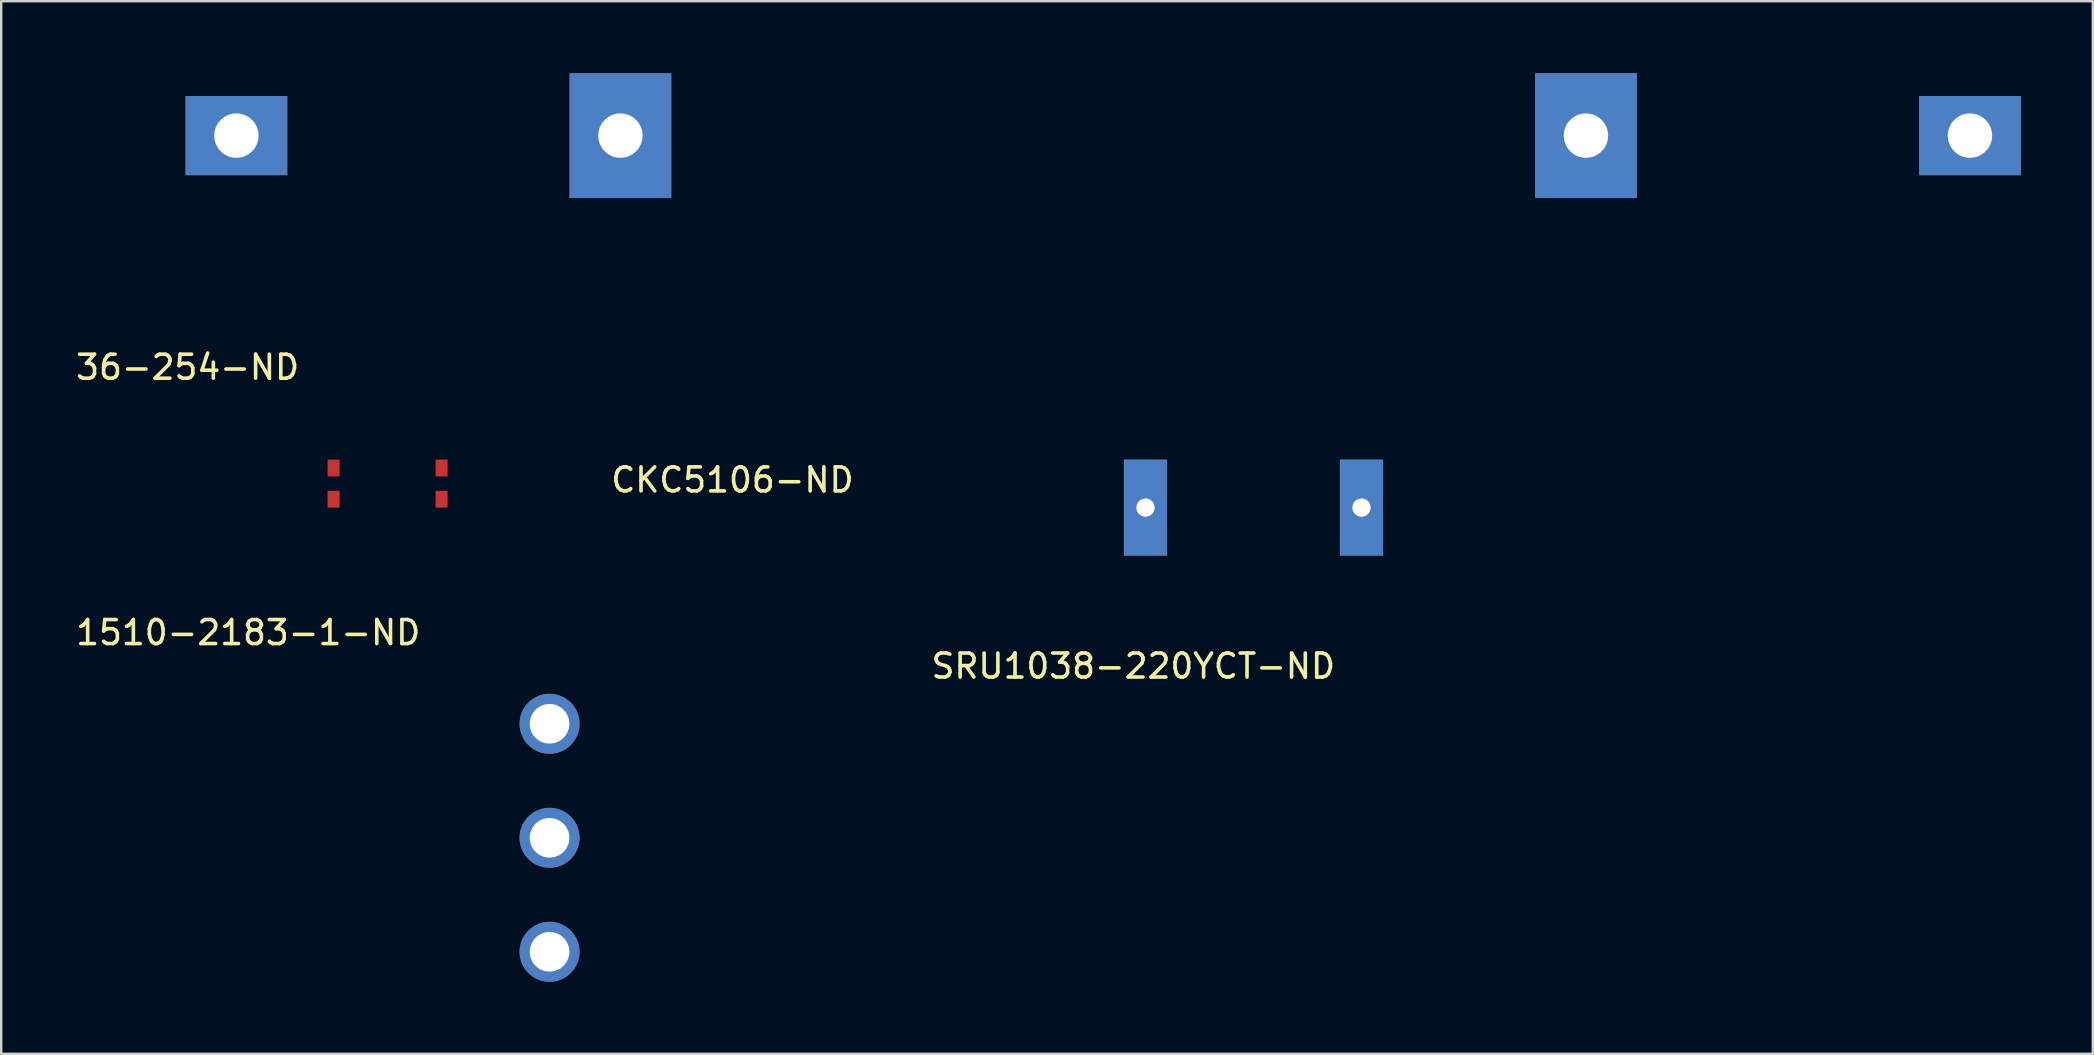
<source format=kicad_pcb>
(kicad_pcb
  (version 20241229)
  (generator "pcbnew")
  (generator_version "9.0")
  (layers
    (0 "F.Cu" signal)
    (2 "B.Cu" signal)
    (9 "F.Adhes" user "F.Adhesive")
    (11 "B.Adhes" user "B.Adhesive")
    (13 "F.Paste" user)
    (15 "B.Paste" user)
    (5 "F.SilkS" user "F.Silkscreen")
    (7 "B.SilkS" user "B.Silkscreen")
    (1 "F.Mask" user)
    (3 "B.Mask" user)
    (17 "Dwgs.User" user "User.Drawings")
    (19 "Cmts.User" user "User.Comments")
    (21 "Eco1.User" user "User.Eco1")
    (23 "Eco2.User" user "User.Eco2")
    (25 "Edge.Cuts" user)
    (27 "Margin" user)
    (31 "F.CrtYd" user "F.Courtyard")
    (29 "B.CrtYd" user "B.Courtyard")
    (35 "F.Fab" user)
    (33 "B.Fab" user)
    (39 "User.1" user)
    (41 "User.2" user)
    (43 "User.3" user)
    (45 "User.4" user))
  (footprint "36-254-ND"
    (layer "F.Cu")
    (at 6.8 2.6)
    (property "Reference" "36-254-ND" (at -2.032 9.652 0) (layer "F.SilkS") (effects (font (size 1 1) (thickness 0.15))))
    (attr through_hole)
    (pad "1" thru_hole rect (at 0 0) (size 4.24 3.3) (drill 1.85) (layers "*.Cu" "*.Mask"))
    (pad "1" thru_hole rect (at 16 0) (size 4.24 5.2) (drill 1.85) (layers "*.Cu" "*.Mask"))
    (pad "2" thru_hole rect (at 56.23 0) (size 4.24 5.2) (drill 1.85) (layers "*.Cu" "*.Mask"))
    (pad "2" thru_hole rect (at 72.23 0) (size 4.24 3.3) (drill 1.85) (layers "*.Cu" "*.Mask")))
  (footprint "1510-2183-1-ND"
    (layer "F.Cu")
    (at 10.848 16.45)
    (property "Reference" "1510-2183-1-ND" (at -3.556 6.858 0) (layer "F.SilkS") (effects (font (size 1 1) (thickness 0.15))))
    (attr through_hole)
    (pad "1" smd rect (at 0 0) (size 0.5 0.7) (layers "F.Cu" "F.Mask" "F.Paste"))
    (pad "1" smd rect (at 0 1.3) (size 0.5 0.7) (layers "F.Cu" "F.Mask" "F.Paste"))
    (pad "2" smd rect (at 4.5 0) (size 0.5 0.7) (layers "F.Cu" "F.Mask" "F.Paste"))
    (pad "2" smd rect (at 4.5 1.3) (size 0.5 0.7) (layers "F.Cu" "F.Mask" "F.Paste")))
  (footprint "CKC5106-ND"
    (layer "F.Cu")
    (at 19.848 27.108)
    (property "Reference" "CKC5106-ND" (at 7.62 -10.16 0) (layer "F.SilkS") (effects (font (size 1 1) (thickness 0.15))))
    (attr through_hole)
    (pad "1" thru_hole circle (at 0 0) (size 2.5 2.5) (drill 1.65) (layers "*.Cu" "*.Mask"))
    (pad "2" thru_hole circle (at 0 4.75) (size 2.5 2.5) (drill 1.65) (layers "*.Cu" "*.Mask"))
    (pad "3" thru_hole circle (at 0 9.5) (size 2.5 2.5) (drill 1.65) (layers "*.Cu" "*.Mask")))
  (footprint "SRU1038-220YCT-ND"
    (layer "F.Cu")
    (at 44.678 18.1)
    (property "Reference" "SRU1038-220YCT-ND" (at -0.508 6.604 0) (layer "F.SilkS") (effects (font (size 1 1) (thickness 0.15))))
    (attr through_hole)
    (pad "1" thru_hole rect (at 0 0) (size 1.8 4) (drill 0.762) (layers "*.Cu" "*.Mask"))
    (pad "2" thru_hole rect (at 9 0) (size 1.8 4) (drill 0.762) (layers "*.Cu" "*.Mask")))
  (gr_rect
    (start -3 -3)
    (end 84.15 40.858)
    (stroke (width 0.1) (type default))
    (fill no)
    (layer "Edge.Cuts")))
</source>
